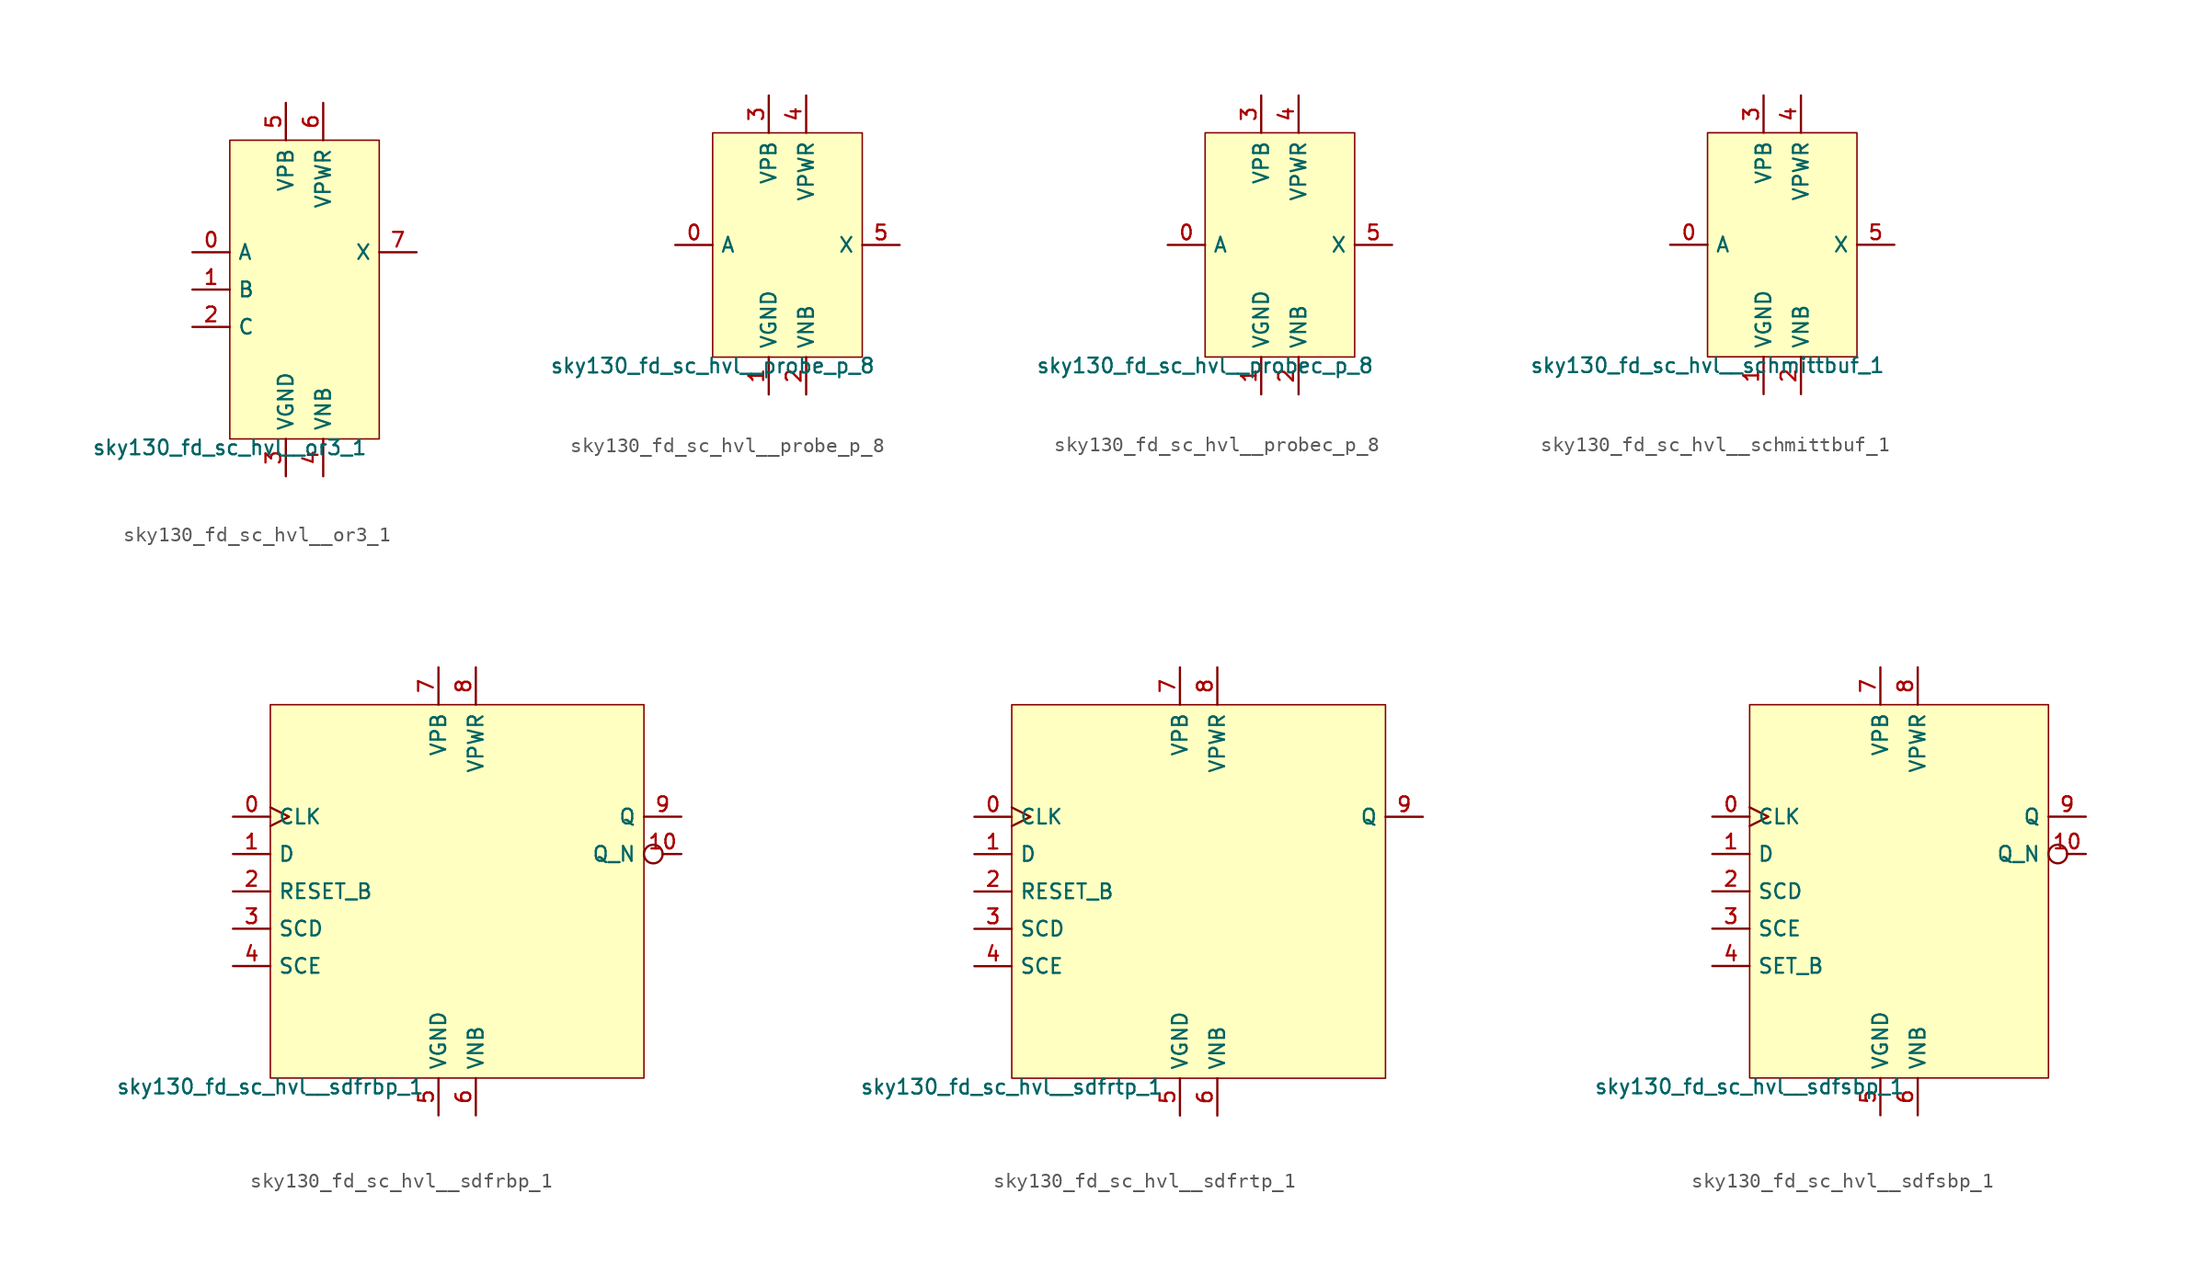
<source format=kicad_sym>
(kicad_symbol_lib
  (version 20211014)
  (generator lef2kicad_sym)
  (symbol "sky130_fd_sc_hvl__or3_1"
    (property "Reference" "X"
      (at 0 0 0)
      (effects (font (size 1 1)) hide))
    (property "Value" "sky130_fd_sc_hvl__or3_1"
      (at -5.08 -10.16 0)
      (effects (font (size 1 1)) (justify top)))
    (rectangle
      (start -5.08 -10.16)
      (end 5.08 10.16)
      (stroke (width 0.1) (type solid) (color 0 0 0 0))
      (fill (type background)))
    (pin input line
      (at -7.62 2.54 0)
      (length 2.54)
      (name "A" (effects (font (size 1 1)) hide))
      (number "0" (effects (font (size 1 1)) hide)))
    (pin input line
      (at -7.62 0.0 0)
      (length 2.54)
      (name "B" (effects (font (size 1 1)) hide))
      (number "1" (effects (font (size 1 1)) hide)))
    (pin input line
      (at -7.62 -2.54 0)
      (length 2.54)
      (name "C" (effects (font (size 1 1)) hide))
      (number "2" (effects (font (size 1 1)) hide)))
    (pin power_in line
      (at -1.27 -12.7 90)
      (length 2.54)
      (name "VGND" (effects (font (size 1 1)) hide))
      (number "3" (effects (font (size 1 1)) hide)))
    (pin power_in line
      (at 1.27 -12.7 90)
      (length 2.54)
      (name "VNB" (effects (font (size 1 1)) hide))
      (number "4" (effects (font (size 1 1)) hide)))
    (pin power_in line
      (at -1.27 12.7 270)
      (length 2.54)
      (name "VPB" (effects (font (size 1 1)) hide))
      (number "5" (effects (font (size 1 1)) hide)))
    (pin power_in line
      (at 1.27 12.7 270)
      (length 2.54)
      (name "VPWR" (effects (font (size 1 1)) hide))
      (number "6" (effects (font (size 1 1)) hide)))
    (pin output line
      (at 7.62 2.54 180)
      (length 2.54)
      (name "X" (effects (font (size 1 1)) hide))
      (number "7" (effects (font (size 1 1)) hide))))
  (symbol "sky130_fd_sc_hvl__probe_p_8"
    (property "Reference" "X"
      (at 0 0 0)
      (effects (font (size 1 1)) hide))
    (property "Value" "sky130_fd_sc_hvl__probe_p_8"
      (at -5.08 -7.62 0)
      (effects (font (size 1 1)) (justify top)))
    (rectangle
      (start -5.08 -7.62)
      (end 5.08 7.62)
      (stroke (width 0.1) (type solid) (color 0 0 0 0))
      (fill (type background)))
    (pin input line
      (at -7.62 0.0 0)
      (length 2.54)
      (name "A" (effects (font (size 1 1)) hide))
      (number "0" (effects (font (size 1 1)) hide)))
    (pin power_in line
      (at -1.27 -10.16 90)
      (length 2.54)
      (name "VGND" (effects (font (size 1 1)) hide))
      (number "1" (effects (font (size 1 1)) hide)))
    (pin power_in line
      (at 1.27 -10.16 90)
      (length 2.54)
      (name "VNB" (effects (font (size 1 1)) hide))
      (number "2" (effects (font (size 1 1)) hide)))
    (pin power_in line
      (at -1.27 10.16 270)
      (length 2.54)
      (name "VPB" (effects (font (size 1 1)) hide))
      (number "3" (effects (font (size 1 1)) hide)))
    (pin power_in line
      (at 1.27 10.16 270)
      (length 2.54)
      (name "VPWR" (effects (font (size 1 1)) hide))
      (number "4" (effects (font (size 1 1)) hide)))
    (pin output line
      (at 7.62 0.0 180)
      (length 2.54)
      (name "X" (effects (font (size 1 1)) hide))
      (number "5" (effects (font (size 1 1)) hide))))
  (symbol "sky130_fd_sc_hvl__probec_p_8"
    (property "Reference" "X"
      (at 0 0 0)
      (effects (font (size 1 1)) hide))
    (property "Value" "sky130_fd_sc_hvl__probec_p_8"
      (at -5.08 -7.62 0)
      (effects (font (size 1 1)) (justify top)))
    (rectangle
      (start -5.08 -7.62)
      (end 5.08 7.62)
      (stroke (width 0.1) (type solid) (color 0 0 0 0))
      (fill (type background)))
    (pin input line
      (at -7.62 0.0 0)
      (length 2.54)
      (name "A" (effects (font (size 1 1)) hide))
      (number "0" (effects (font (size 1 1)) hide)))
    (pin power_in line
      (at -1.27 -10.16 90)
      (length 2.54)
      (name "VGND" (effects (font (size 1 1)) hide))
      (number "1" (effects (font (size 1 1)) hide)))
    (pin power_in line
      (at 1.27 -10.16 90)
      (length 2.54)
      (name "VNB" (effects (font (size 1 1)) hide))
      (number "2" (effects (font (size 1 1)) hide)))
    (pin power_in line
      (at -1.27 10.16 270)
      (length 2.54)
      (name "VPB" (effects (font (size 1 1)) hide))
      (number "3" (effects (font (size 1 1)) hide)))
    (pin power_in line
      (at 1.27 10.16 270)
      (length 2.54)
      (name "VPWR" (effects (font (size 1 1)) hide))
      (number "4" (effects (font (size 1 1)) hide)))
    (pin output line
      (at 7.62 0.0 180)
      (length 2.54)
      (name "X" (effects (font (size 1 1)) hide))
      (number "5" (effects (font (size 1 1)) hide))))
  (symbol "sky130_fd_sc_hvl__schmittbuf_1"
    (property "Reference" "X"
      (at 0 0 0)
      (effects (font (size 1 1)) hide))
    (property "Value" "sky130_fd_sc_hvl__schmittbuf_1"
      (at -5.08 -7.62 0)
      (effects (font (size 1 1)) (justify top)))
    (rectangle
      (start -5.08 -7.62)
      (end 5.08 7.62)
      (stroke (width 0.1) (type solid) (color 0 0 0 0))
      (fill (type background)))
    (pin input line
      (at -7.62 0.0 0)
      (length 2.54)
      (name "A" (effects (font (size 1 1)) hide))
      (number "0" (effects (font (size 1 1)) hide)))
    (pin power_in line
      (at -1.27 -10.16 90)
      (length 2.54)
      (name "VGND" (effects (font (size 1 1)) hide))
      (number "1" (effects (font (size 1 1)) hide)))
    (pin power_in line
      (at 1.27 -10.16 90)
      (length 2.54)
      (name "VNB" (effects (font (size 1 1)) hide))
      (number "2" (effects (font (size 1 1)) hide)))
    (pin power_in line
      (at -1.27 10.16 270)
      (length 2.54)
      (name "VPB" (effects (font (size 1 1)) hide))
      (number "3" (effects (font (size 1 1)) hide)))
    (pin power_in line
      (at 1.27 10.16 270)
      (length 2.54)
      (name "VPWR" (effects (font (size 1 1)) hide))
      (number "4" (effects (font (size 1 1)) hide)))
    (pin output line
      (at 7.62 0.0 180)
      (length 2.54)
      (name "X" (effects (font (size 1 1)) hide))
      (number "5" (effects (font (size 1 1)) hide))))
  (symbol "sky130_fd_sc_hvl__sdfrbp_1"
    (property "Reference" "X"
      (at 0 0 0)
      (effects (font (size 1 1)) hide))
    (property "Value" "sky130_fd_sc_hvl__sdfrbp_1"
      (at -12.7 -12.7 0)
      (effects (font (size 1 1)) (justify top)))
    (rectangle
      (start -12.7 -12.7)
      (end 12.7 12.7)
      (stroke (width 0.1) (type solid) (color 0 0 0 0))
      (fill (type background)))
    (pin input clock
      (at -15.24 5.08 0)
      (length 2.54)
      (name "CLK" (effects (font (size 1 1)) hide))
      (number "0" (effects (font (size 1 1)) hide)))
    (pin input line
      (at -15.24 2.54 0)
      (length 2.54)
      (name "D" (effects (font (size 1 1)) hide))
      (number "1" (effects (font (size 1 1)) hide)))
    (pin input line
      (at -15.24 -8.881784197001252e-16 0)
      (length 2.54)
      (name "RESET_B" (effects (font (size 1 1)) hide))
      (number "2" (effects (font (size 1 1)) hide)))
    (pin input line
      (at -15.24 -2.54 0)
      (length 2.54)
      (name "SCD" (effects (font (size 1 1)) hide))
      (number "3" (effects (font (size 1 1)) hide)))
    (pin input line
      (at -15.24 -5.08 0)
      (length 2.54)
      (name "SCE" (effects (font (size 1 1)) hide))
      (number "4" (effects (font (size 1 1)) hide)))
    (pin power_in line
      (at -1.27 -15.24 90)
      (length 2.54)
      (name "VGND" (effects (font (size 1 1)) hide))
      (number "5" (effects (font (size 1 1)) hide)))
    (pin power_in line
      (at 1.27 -15.24 90)
      (length 2.54)
      (name "VNB" (effects (font (size 1 1)) hide))
      (number "6" (effects (font (size 1 1)) hide)))
    (pin power_in line
      (at -1.27 15.24 270)
      (length 2.54)
      (name "VPB" (effects (font (size 1 1)) hide))
      (number "7" (effects (font (size 1 1)) hide)))
    (pin power_in line
      (at 1.27 15.24 270)
      (length 2.54)
      (name "VPWR" (effects (font (size 1 1)) hide))
      (number "8" (effects (font (size 1 1)) hide)))
    (pin output line
      (at 15.24 5.08 180)
      (length 2.54)
      (name "Q" (effects (font (size 1 1)) hide))
      (number "9" (effects (font (size 1 1)) hide)))
    (pin output inverted
      (at 15.24 2.54 180)
      (length 2.54)
      (name "Q_N" (effects (font (size 1 1)) hide))
      (number "10" (effects (font (size 1 1)) hide))))
  (symbol "sky130_fd_sc_hvl__sdfrtp_1"
    (property "Reference" "X"
      (at 0 0 0)
      (effects (font (size 1 1)) hide))
    (property "Value" "sky130_fd_sc_hvl__sdfrtp_1"
      (at -12.7 -12.7 0)
      (effects (font (size 1 1)) (justify top)))
    (rectangle
      (start -12.7 -12.7)
      (end 12.7 12.7)
      (stroke (width 0.1) (type solid) (color 0 0 0 0))
      (fill (type background)))
    (pin input clock
      (at -15.24 5.08 0)
      (length 2.54)
      (name "CLK" (effects (font (size 1 1)) hide))
      (number "0" (effects (font (size 1 1)) hide)))
    (pin input line
      (at -15.24 2.54 0)
      (length 2.54)
      (name "D" (effects (font (size 1 1)) hide))
      (number "1" (effects (font (size 1 1)) hide)))
    (pin input line
      (at -15.24 -8.881784197001252e-16 0)
      (length 2.54)
      (name "RESET_B" (effects (font (size 1 1)) hide))
      (number "2" (effects (font (size 1 1)) hide)))
    (pin input line
      (at -15.24 -2.54 0)
      (length 2.54)
      (name "SCD" (effects (font (size 1 1)) hide))
      (number "3" (effects (font (size 1 1)) hide)))
    (pin input line
      (at -15.24 -5.08 0)
      (length 2.54)
      (name "SCE" (effects (font (size 1 1)) hide))
      (number "4" (effects (font (size 1 1)) hide)))
    (pin power_in line
      (at -1.27 -15.24 90)
      (length 2.54)
      (name "VGND" (effects (font (size 1 1)) hide))
      (number "5" (effects (font (size 1 1)) hide)))
    (pin power_in line
      (at 1.27 -15.24 90)
      (length 2.54)
      (name "VNB" (effects (font (size 1 1)) hide))
      (number "6" (effects (font (size 1 1)) hide)))
    (pin power_in line
      (at -1.27 15.24 270)
      (length 2.54)
      (name "VPB" (effects (font (size 1 1)) hide))
      (number "7" (effects (font (size 1 1)) hide)))
    (pin power_in line
      (at 1.27 15.24 270)
      (length 2.54)
      (name "VPWR" (effects (font (size 1 1)) hide))
      (number "8" (effects (font (size 1 1)) hide)))
    (pin output line
      (at 15.24 5.08 180)
      (length 2.54)
      (name "Q" (effects (font (size 1 1)) hide))
      (number "9" (effects (font (size 1 1)) hide))))
  (symbol "sky130_fd_sc_hvl__sdfsbp_1"
    (property "Reference" "X"
      (at 0 0 0)
      (effects (font (size 1 1)) hide))
    (property "Value" "sky130_fd_sc_hvl__sdfsbp_1"
      (at -10.16 -12.7 0)
      (effects (font (size 1 1)) (justify top)))
    (rectangle
      (start -10.16 -12.7)
      (end 10.16 12.7)
      (stroke (width 0.1) (type solid) (color 0 0 0 0))
      (fill (type background)))
    (pin input clock
      (at -12.7 5.08 0)
      (length 2.54)
      (name "CLK" (effects (font (size 1 1)) hide))
      (number "0" (effects (font (size 1 1)) hide)))
    (pin input line
      (at -12.7 2.54 0)
      (length 2.54)
      (name "D" (effects (font (size 1 1)) hide))
      (number "1" (effects (font (size 1 1)) hide)))
    (pin input line
      (at -12.7 -8.881784197001252e-16 0)
      (length 2.54)
      (name "SCD" (effects (font (size 1 1)) hide))
      (number "2" (effects (font (size 1 1)) hide)))
    (pin input line
      (at -12.7 -2.54 0)
      (length 2.54)
      (name "SCE" (effects (font (size 1 1)) hide))
      (number "3" (effects (font (size 1 1)) hide)))
    (pin input line
      (at -12.7 -5.08 0)
      (length 2.54)
      (name "SET_B" (effects (font (size 1 1)) hide))
      (number "4" (effects (font (size 1 1)) hide)))
    (pin power_in line
      (at -1.27 -15.24 90)
      (length 2.54)
      (name "VGND" (effects (font (size 1 1)) hide))
      (number "5" (effects (font (size 1 1)) hide)))
    (pin power_in line
      (at 1.27 -15.24 90)
      (length 2.54)
      (name "VNB" (effects (font (size 1 1)) hide))
      (number "6" (effects (font (size 1 1)) hide)))
    (pin power_in line
      (at -1.27 15.24 270)
      (length 2.54)
      (name "VPB" (effects (font (size 1 1)) hide))
      (number "7" (effects (font (size 1 1)) hide)))
    (pin power_in line
      (at 1.27 15.24 270)
      (length 2.54)
      (name "VPWR" (effects (font (size 1 1)) hide))
      (number "8" (effects (font (size 1 1)) hide)))
    (pin output line
      (at 12.7 5.08 180)
      (length 2.54)
      (name "Q" (effects (font (size 1 1)) hide))
      (number "9" (effects (font (size 1 1)) hide)))
    (pin output inverted
      (at 12.7 2.54 180)
      (length 2.54)
      (name "Q_N" (effects (font (size 1 1)) hide))
      (number "10" (effects (font (size 1 1)) hide)))))
</source>
